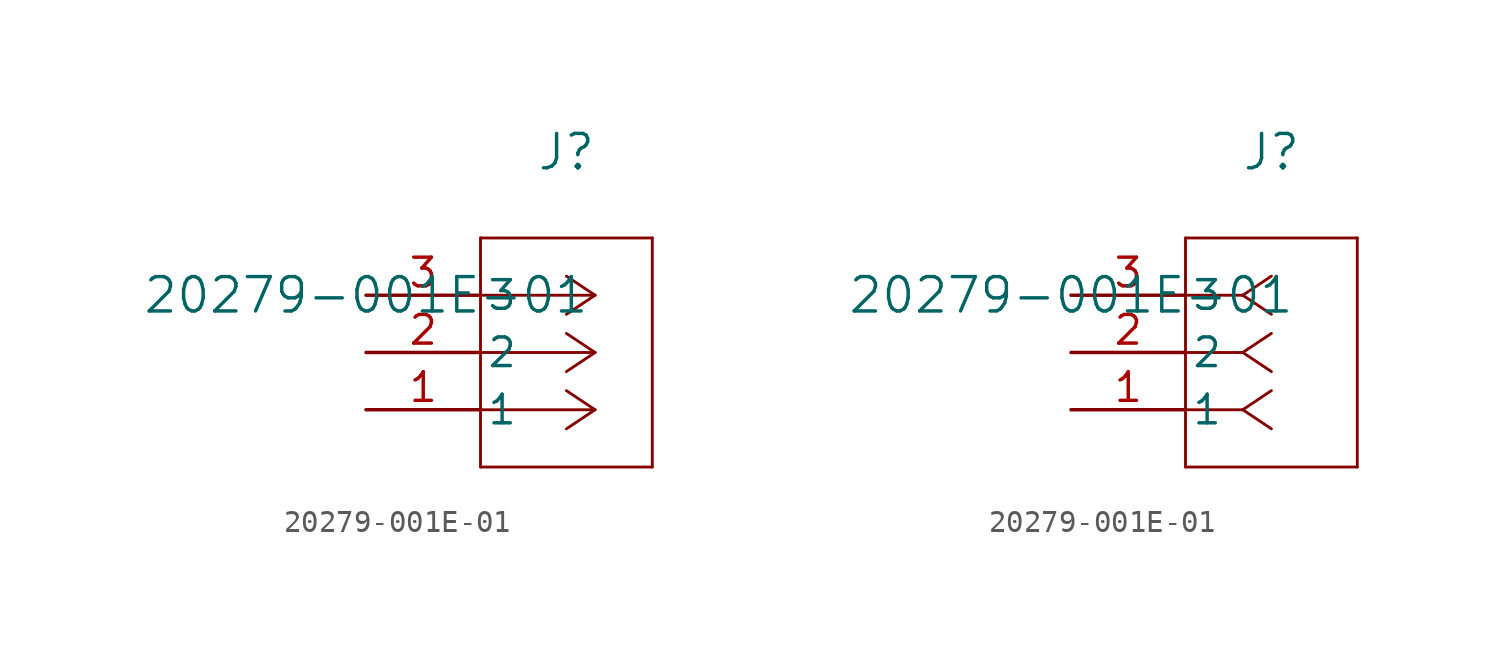
<source format=kicad_sym>
(kicad_symbol_lib
  (version 20211014)
  (generator kicad_symbol_editor)
  (symbol "20279-001E-01"
    (pin_names
      (offset 0.254))
    (property "Reference" "J"
      (at 8.89 6.35 0)
      (effects (font (size 1.524 1.524))))
    (property "Value" "20279-001E-01"
      (at 0 0 0)
      (effects (font (size 1.524 1.524))))
    (symbol "20279-001E-01_1_1"
      (polyline (pts (xy 10.16 0) (xy 5.08 0)) (stroke (width 0.127) (type default) (color 0 0 0 0)) (fill (type none)))
      (polyline (pts (xy 10.16 -2.54) (xy 5.08 -2.54)) (stroke (width 0.127) (type default) (color 0 0 0 0)) (fill (type none)))
      (polyline (pts (xy 10.16 -5.08) (xy 5.08 -5.08)) (stroke (width 0.127) (type default) (color 0 0 0 0)) (fill (type none)))
      (polyline (pts (xy 10.16 0) (xy 8.89 0.847)) (stroke (width 0.127) (type default) (color 0 0 0 0)) (fill (type none)))
      (polyline (pts (xy 10.16 -2.54) (xy 8.89 -1.693)) (stroke (width 0.127) (type default) (color 0 0 0 0)) (fill (type none)))
      (polyline (pts (xy 10.16 -5.08) (xy 8.89 -4.233)) (stroke (width 0.127) (type default) (color 0 0 0 0)) (fill (type none)))
      (polyline (pts (xy 10.16 0) (xy 8.89 -0.847)) (stroke (width 0.127) (type default) (color 0 0 0 0)) (fill (type none)))
      (polyline (pts (xy 10.16 -2.54) (xy 8.89 -3.387)) (stroke (width 0.127) (type default) (color 0 0 0 0)) (fill (type none)))
      (polyline (pts (xy 10.16 -5.08) (xy 8.89 -5.927)) (stroke (width 0.127) (type default) (color 0 0 0 0)) (fill (type none)))
      (polyline (pts (xy 5.08 2.54) (xy 5.08 -7.62)) (stroke (width 0.127) (type default) (color 0 0 0 0)) (fill (type none)))
      (polyline (pts (xy 5.08 -7.62) (xy 12.7 -7.62)) (stroke (width 0.127) (type default) (color 0 0 0 0)) (fill (type none)))
      (polyline (pts (xy 12.7 -7.62) (xy 12.7 2.54)) (stroke (width 0.127) (type default) (color 0 0 0 0)) (fill (type none)))
      (polyline (pts (xy 12.7 2.54) (xy 5.08 2.54)) (stroke (width 0.127) (type default) (color 0 0 0 0)) (fill (type none)))
      (pin unspecified line (at 0 0 0) (length 5.08) (name "3" (effects (font (size 1.27 1.27)))) (number "3" (effects (font (size 1.27 1.27)))))
      (pin unspecified line (at 0 -2.54 0) (length 5.08) (name "2" (effects (font (size 1.27 1.27)))) (number "2" (effects (font (size 1.27 1.27)))))
      (pin unspecified line (at 0 -5.08 0) (length 5.08) (name "1" (effects (font (size 1.27 1.27)))) (number "1" (effects (font (size 1.27 1.27))))))
    (symbol "20279-001E-01_1_2"
      (polyline (pts (xy 7.62 0) (xy 5.08 0)) (stroke (width 0.127) (type default) (color 0 0 0 0)) (fill (type none)))
      (polyline (pts (xy 7.62 -2.54) (xy 5.08 -2.54)) (stroke (width 0.127) (type default) (color 0 0 0 0)) (fill (type none)))
      (polyline (pts (xy 7.62 -5.08) (xy 5.08 -5.08)) (stroke (width 0.127) (type default) (color 0 0 0 0)) (fill (type none)))
      (polyline (pts (xy 7.62 0) (xy 8.89 0.847)) (stroke (width 0.127) (type default) (color 0 0 0 0)) (fill (type none)))
      (polyline (pts (xy 7.62 -2.54) (xy 8.89 -1.693)) (stroke (width 0.127) (type default) (color 0 0 0 0)) (fill (type none)))
      (polyline (pts (xy 7.62 -5.08) (xy 8.89 -4.233)) (stroke (width 0.127) (type default) (color 0 0 0 0)) (fill (type none)))
      (polyline (pts (xy 7.62 0) (xy 8.89 -0.847)) (stroke (width 0.127) (type default) (color 0 0 0 0)) (fill (type none)))
      (polyline (pts (xy 7.62 -2.54) (xy 8.89 -3.387)) (stroke (width 0.127) (type default) (color 0 0 0 0)) (fill (type none)))
      (polyline (pts (xy 7.62 -5.08) (xy 8.89 -5.927)) (stroke (width 0.127) (type default) (color 0 0 0 0)) (fill (type none)))
      (polyline (pts (xy 5.08 2.54) (xy 5.08 -7.62)) (stroke (width 0.127) (type default) (color 0 0 0 0)) (fill (type none)))
      (polyline (pts (xy 5.08 -7.62) (xy 12.7 -7.62)) (stroke (width 0.127) (type default) (color 0 0 0 0)) (fill (type none)))
      (polyline (pts (xy 12.7 -7.62) (xy 12.7 2.54)) (stroke (width 0.127) (type default) (color 0 0 0 0)) (fill (type none)))
      (polyline (pts (xy 12.7 2.54) (xy 5.08 2.54)) (stroke (width 0.127) (type default) (color 0 0 0 0)) (fill (type none)))
      (pin unspecified line (at 0 0 0) (length 5.08) (name "3" (effects (font (size 1.27 1.27)))) (number "3" (effects (font (size 1.27 1.27)))))
      (pin unspecified line (at 0 -2.54 0) (length 5.08) (name "2" (effects (font (size 1.27 1.27)))) (number "2" (effects (font (size 1.27 1.27)))))
      (pin unspecified line (at 0 -5.08 0) (length 5.08) (name "1" (effects (font (size 1.27 1.27)))) (number "1" (effects (font (size 1.27 1.27))))))))
</source>
